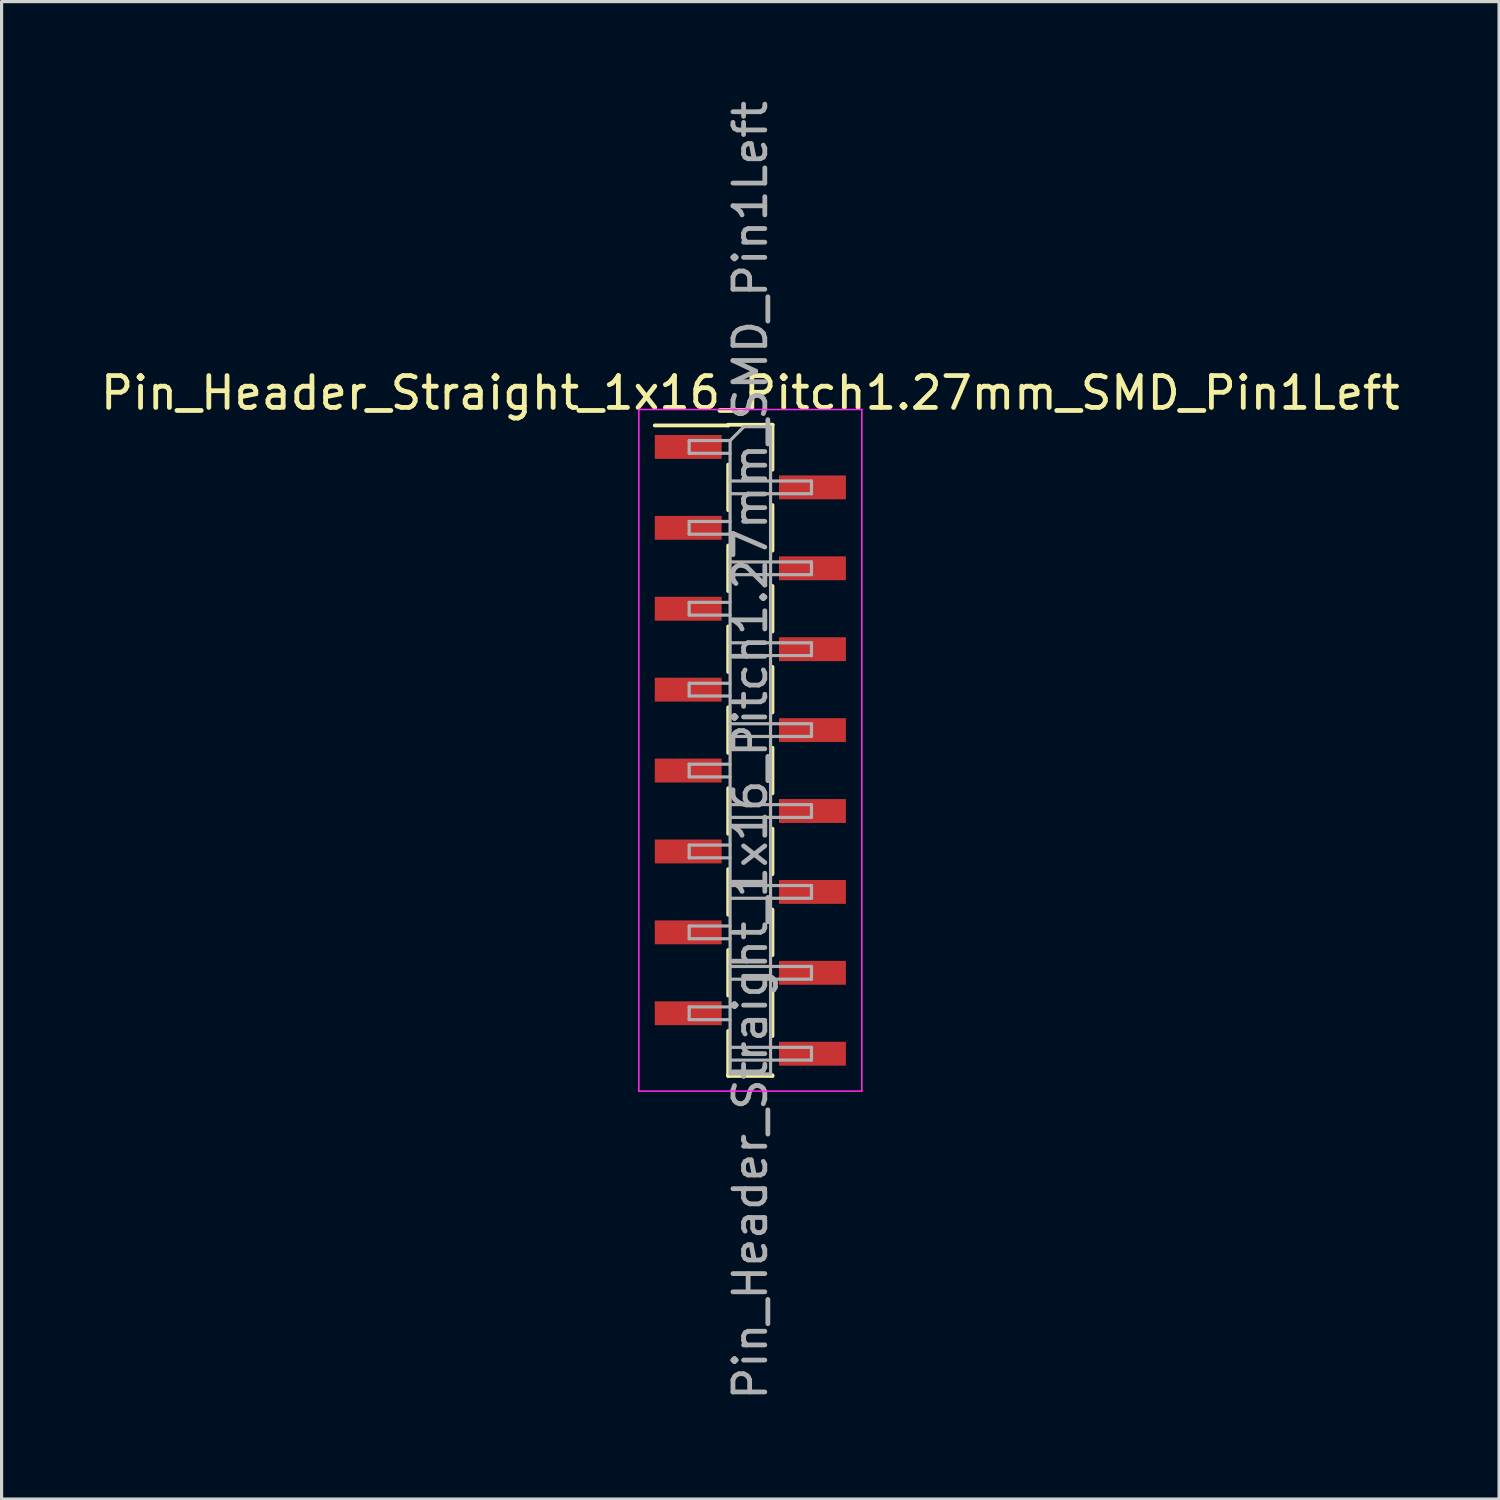
<source format=kicad_pcb>
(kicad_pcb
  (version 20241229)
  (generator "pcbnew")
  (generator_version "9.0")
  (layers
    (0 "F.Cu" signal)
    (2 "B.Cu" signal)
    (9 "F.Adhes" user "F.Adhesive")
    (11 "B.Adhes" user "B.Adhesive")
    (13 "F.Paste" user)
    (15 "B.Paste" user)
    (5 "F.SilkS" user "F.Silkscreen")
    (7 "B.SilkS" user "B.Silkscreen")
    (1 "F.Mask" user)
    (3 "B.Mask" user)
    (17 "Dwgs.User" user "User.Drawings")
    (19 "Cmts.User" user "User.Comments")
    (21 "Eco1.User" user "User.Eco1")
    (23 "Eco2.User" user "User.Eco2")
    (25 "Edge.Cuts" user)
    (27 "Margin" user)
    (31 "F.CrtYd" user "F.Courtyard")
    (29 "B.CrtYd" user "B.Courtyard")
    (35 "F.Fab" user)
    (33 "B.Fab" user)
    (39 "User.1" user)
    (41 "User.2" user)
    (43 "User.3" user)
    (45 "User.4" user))
  (footprint "Pin_Header_Straight_1x16_Pitch1.27mm_SMD_Pin1Left"
    (layer "F.Cu")
    (at 20.506 20.506)
    (property "Reference" "Pin_Header_Straight_1x16_Pitch1.27mm_SMD_Pin1Left" (at 0 -11.22 0) (layer "F.SilkS") (effects (font (size 1 1) (thickness 0.15))))
    (attr smd)
    (fp_line (start -0.695 -10.22) (end 0.695 -10.22) (stroke (width 0.12) (type solid)) (layer "F.SilkS"))
    (fp_line (start -0.695 -10.2) (end -3 -10.2) (stroke (width 0.12) (type solid)) (layer "F.SilkS"))
    (fp_line (start -0.695 -10.2) (end -0.695 -10.22) (stroke (width 0.12) (type solid)) (layer "F.SilkS"))
    (fp_line (start -0.695 -8.97) (end -0.695 -7.54) (stroke (width 0.12) (type solid)) (layer "F.SilkS"))
    (fp_line (start -0.695 -6.43) (end -0.695 -5) (stroke (width 0.12) (type solid)) (layer "F.SilkS"))
    (fp_line (start -0.695 -3.89) (end -0.695 -2.46) (stroke (width 0.12) (type solid)) (layer "F.SilkS"))
    (fp_line (start -0.695 -1.35) (end -0.695 0.08) (stroke (width 0.12) (type solid)) (layer "F.SilkS"))
    (fp_line (start -0.695 1.19) (end -0.695 2.62) (stroke (width 0.12) (type solid)) (layer "F.SilkS"))
    (fp_line (start -0.695 3.73) (end -0.695 5.16) (stroke (width 0.12) (type solid)) (layer "F.SilkS"))
    (fp_line (start -0.695 6.27) (end -0.695 7.7) (stroke (width 0.12) (type solid)) (layer "F.SilkS"))
    (fp_line (start -0.695 8.81) (end -0.695 10.22) (stroke (width 0.12) (type solid)) (layer "F.SilkS"))
    (fp_line (start -0.695 10.2) (end -0.695 10.22) (stroke (width 0.12) (type solid)) (layer "F.SilkS"))
    (fp_line (start -0.695 10.22) (end 0.695 10.22) (stroke (width 0.12) (type solid)) (layer "F.SilkS"))
    (fp_line (start 0.695 -10.22) (end 0.695 -10.2) (stroke (width 0.12) (type solid)) (layer "F.SilkS"))
    (fp_line (start 0.695 -10.22) (end 0.695 -8.81) (stroke (width 0.12) (type solid)) (layer "F.SilkS"))
    (fp_line (start 0.695 -7.7) (end 0.695 -6.27) (stroke (width 0.12) (type solid)) (layer "F.SilkS"))
    (fp_line (start 0.695 -5.16) (end 0.695 -3.73) (stroke (width 0.12) (type solid)) (layer "F.SilkS"))
    (fp_line (start 0.695 -2.62) (end 0.695 -1.19) (stroke (width 0.12) (type solid)) (layer "F.SilkS"))
    (fp_line (start 0.695 -0.08) (end 0.695 1.35) (stroke (width 0.12) (type solid)) (layer "F.SilkS"))
    (fp_line (start 0.695 2.46) (end 0.695 3.89) (stroke (width 0.12) (type solid)) (layer "F.SilkS"))
    (fp_line (start 0.695 5) (end 0.695 6.43) (stroke (width 0.12) (type solid)) (layer "F.SilkS"))
    (fp_line (start 0.695 7.54) (end 0.695 8.97) (stroke (width 0.12) (type solid)) (layer "F.SilkS"))
    (fp_line (start 0.695 10.22) (end 0.695 10.2) (stroke (width 0.12) (type solid)) (layer "F.SilkS"))
    (fp_line (start -3.5 -10.7) (end -3.5 10.7) (stroke (width 0.05) (type solid)) (layer "F.CrtYd"))
    (fp_line (start -3.5 10.7) (end 3.5 10.7) (stroke (width 0.05) (type solid)) (layer "F.CrtYd"))
    (fp_line (start 3.5 -10.7) (end -3.5 -10.7) (stroke (width 0.05) (type solid)) (layer "F.CrtYd"))
    (fp_line (start 3.5 10.7) (end 3.5 -10.7) (stroke (width 0.05) (type solid)) (layer "F.CrtYd"))
    (fp_line (start -1.92 -9.725) (end -1.92 -9.325) (stroke (width 0.1) (type solid)) (layer "F.Fab"))
    (fp_line (start -1.92 -9.325) (end -0.635 -9.325) (stroke (width 0.1) (type solid)) (layer "F.Fab"))
    (fp_line (start -1.92 -7.185) (end -1.92 -6.785) (stroke (width 0.1) (type solid)) (layer "F.Fab"))
    (fp_line (start -1.92 -6.785) (end -0.635 -6.785) (stroke (width 0.1) (type solid)) (layer "F.Fab"))
    (fp_line (start -1.92 -4.645) (end -1.92 -4.245) (stroke (width 0.1) (type solid)) (layer "F.Fab"))
    (fp_line (start -1.92 -4.245) (end -0.635 -4.245) (stroke (width 0.1) (type solid)) (layer "F.Fab"))
    (fp_line (start -1.92 -2.105) (end -1.92 -1.705) (stroke (width 0.1) (type solid)) (layer "F.Fab"))
    (fp_line (start -1.92 -1.705) (end -0.635 -1.705) (stroke (width 0.1) (type solid)) (layer "F.Fab"))
    (fp_line (start -1.92 0.435) (end -1.92 0.835) (stroke (width 0.1) (type solid)) (layer "F.Fab"))
    (fp_line (start -1.92 0.835) (end -0.635 0.835) (stroke (width 0.1) (type solid)) (layer "F.Fab"))
    (fp_line (start -1.92 2.975) (end -1.92 3.375) (stroke (width 0.1) (type solid)) (layer "F.Fab"))
    (fp_line (start -1.92 3.375) (end -0.635 3.375) (stroke (width 0.1) (type solid)) (layer "F.Fab"))
    (fp_line (start -1.92 5.515) (end -1.92 5.915) (stroke (width 0.1) (type solid)) (layer "F.Fab"))
    (fp_line (start -1.92 5.915) (end -0.635 5.915) (stroke (width 0.1) (type solid)) (layer "F.Fab"))
    (fp_line (start -1.92 8.055) (end -1.92 8.455) (stroke (width 0.1) (type solid)) (layer "F.Fab"))
    (fp_line (start -1.92 8.455) (end -0.635 8.455) (stroke (width 0.1) (type solid)) (layer "F.Fab"))
    (fp_line (start -0.635 -9.725) (end -1.92 -9.725) (stroke (width 0.1) (type solid)) (layer "F.Fab"))
    (fp_line (start -0.635 -9.725) (end -0.2 -10.16) (stroke (width 0.1) (type solid)) (layer "F.Fab"))
    (fp_line (start -0.635 -8.455) (end 1.92 -8.455) (stroke (width 0.1) (type solid)) (layer "F.Fab"))
    (fp_line (start -0.635 -7.185) (end -1.92 -7.185) (stroke (width 0.1) (type solid)) (layer "F.Fab"))
    (fp_line (start -0.635 -5.915) (end 1.92 -5.915) (stroke (width 0.1) (type solid)) (layer "F.Fab"))
    (fp_line (start -0.635 -4.645) (end -1.92 -4.645) (stroke (width 0.1) (type solid)) (layer "F.Fab"))
    (fp_line (start -0.635 -3.375) (end 1.92 -3.375) (stroke (width 0.1) (type solid)) (layer "F.Fab"))
    (fp_line (start -0.635 -2.105) (end -1.92 -2.105) (stroke (width 0.1) (type solid)) (layer "F.Fab"))
    (fp_line (start -0.635 -0.835) (end 1.92 -0.835) (stroke (width 0.1) (type solid)) (layer "F.Fab"))
    (fp_line (start -0.635 0.435) (end -1.92 0.435) (stroke (width 0.1) (type solid)) (layer "F.Fab"))
    (fp_line (start -0.635 1.705) (end 1.92 1.705) (stroke (width 0.1) (type solid)) (layer "F.Fab"))
    (fp_line (start -0.635 2.975) (end -1.92 2.975) (stroke (width 0.1) (type solid)) (layer "F.Fab"))
    (fp_line (start -0.635 4.245) (end 1.92 4.245) (stroke (width 0.1) (type solid)) (layer "F.Fab"))
    (fp_line (start -0.635 5.515) (end -1.92 5.515) (stroke (width 0.1) (type solid)) (layer "F.Fab"))
    (fp_line (start -0.635 6.785) (end 1.92 6.785) (stroke (width 0.1) (type solid)) (layer "F.Fab"))
    (fp_line (start -0.635 8.055) (end -1.92 8.055) (stroke (width 0.1) (type solid)) (layer "F.Fab"))
    (fp_line (start -0.635 9.325) (end 1.92 9.325) (stroke (width 0.1) (type solid)) (layer "F.Fab"))
    (fp_line (start -0.635 10.16) (end -0.635 -9.725) (stroke (width 0.1) (type solid)) (layer "F.Fab"))
    (fp_line (start -0.2 -10.16) (end 0.635 -10.16) (stroke (width 0.1) (type solid)) (layer "F.Fab"))
    (fp_line (start 0.635 -10.16) (end 0.635 10.16) (stroke (width 0.1) (type solid)) (layer "F.Fab"))
    (fp_line (start 0.635 10.16) (end -0.635 10.16) (stroke (width 0.1) (type solid)) (layer "F.Fab"))
    (fp_line (start 1.92 -8.455) (end 1.92 -8.055) (stroke (width 0.1) (type solid)) (layer "F.Fab"))
    (fp_line (start 1.92 -8.055) (end -0.635 -8.055) (stroke (width 0.1) (type solid)) (layer "F.Fab"))
    (fp_line (start 1.92 -5.915) (end 1.92 -5.515) (stroke (width 0.1) (type solid)) (layer "F.Fab"))
    (fp_line (start 1.92 -5.515) (end -0.635 -5.515) (stroke (width 0.1) (type solid)) (layer "F.Fab"))
    (fp_line (start 1.92 -3.375) (end 1.92 -2.975) (stroke (width 0.1) (type solid)) (layer "F.Fab"))
    (fp_line (start 1.92 -2.975) (end -0.635 -2.975) (stroke (width 0.1) (type solid)) (layer "F.Fab"))
    (fp_line (start 1.92 -0.835) (end 1.92 -0.435) (stroke (width 0.1) (type solid)) (layer "F.Fab"))
    (fp_line (start 1.92 -0.435) (end -0.635 -0.435) (stroke (width 0.1) (type solid)) (layer "F.Fab"))
    (fp_line (start 1.92 1.705) (end 1.92 2.105) (stroke (width 0.1) (type solid)) (layer "F.Fab"))
    (fp_line (start 1.92 2.105) (end -0.635 2.105) (stroke (width 0.1) (type solid)) (layer "F.Fab"))
    (fp_line (start 1.92 4.245) (end 1.92 4.645) (stroke (width 0.1) (type solid)) (layer "F.Fab"))
    (fp_line (start 1.92 4.645) (end -0.635 4.645) (stroke (width 0.1) (type solid)) (layer "F.Fab"))
    (fp_line (start 1.92 6.785) (end 1.92 7.185) (stroke (width 0.1) (type solid)) (layer "F.Fab"))
    (fp_line (start 1.92 7.185) (end -0.635 7.185) (stroke (width 0.1) (type solid)) (layer "F.Fab"))
    (fp_line (start 1.92 9.325) (end 1.92 9.725) (stroke (width 0.1) (type solid)) (layer "F.Fab"))
    (fp_line (start 1.92 9.725) (end -0.635 9.725) (stroke (width 0.1) (type solid)) (layer "F.Fab"))
    (fp_text user "${REFERENCE}" (at 0 0 90) (layer "F.Fab") (effects (font (size 1 1) (thickness 0.15))))
    (pad "1" smd rect (at -1.95 -9.525) (size 2.1 0.75) (layers "F.Cu" "F.Mask"))
    (pad "2" smd rect (at 1.95 -8.255) (size 2.1 0.75) (layers "F.Cu" "F.Mask"))
    (pad "3" smd rect (at -1.95 -6.985) (size 2.1 0.75) (layers "F.Cu" "F.Mask"))
    (pad "4" smd rect (at 1.95 -5.715) (size 2.1 0.75) (layers "F.Cu" "F.Mask"))
    (pad "5" smd rect (at -1.95 -4.445) (size 2.1 0.75) (layers "F.Cu" "F.Mask"))
    (pad "6" smd rect (at 1.95 -3.175) (size 2.1 0.75) (layers "F.Cu" "F.Mask"))
    (pad "7" smd rect (at -1.95 -1.905) (size 2.1 0.75) (layers "F.Cu" "F.Mask"))
    (pad "8" smd rect (at 1.95 -0.635) (size 2.1 0.75) (layers "F.Cu" "F.Mask"))
    (pad "9" smd rect (at -1.95 0.635) (size 2.1 0.75) (layers "F.Cu" "F.Mask"))
    (pad "10" smd rect (at 1.95 1.905) (size 2.1 0.75) (layers "F.Cu" "F.Mask"))
    (pad "11" smd rect (at -1.95 3.175) (size 2.1 0.75) (layers "F.Cu" "F.Mask"))
    (pad "12" smd rect (at 1.95 4.445) (size 2.1 0.75) (layers "F.Cu" "F.Mask"))
    (pad "13" smd rect (at -1.95 5.715) (size 2.1 0.75) (layers "F.Cu" "F.Mask"))
    (pad "14" smd rect (at 1.95 6.985) (size 2.1 0.75) (layers "F.Cu" "F.Mask"))
    (pad "15" smd rect (at -1.95 8.255) (size 2.1 0.75) (layers "F.Cu" "F.Mask"))
    (pad "16" smd rect (at 1.95 9.525) (size 2.1 0.75) (layers "F.Cu" "F.Mask")))
  (gr_rect
    (start -3 -3)
    (end 44.012 44.012)
    (stroke (width 0.1) (type default))
    (fill no)
    (layer "Edge.Cuts")))
</source>
